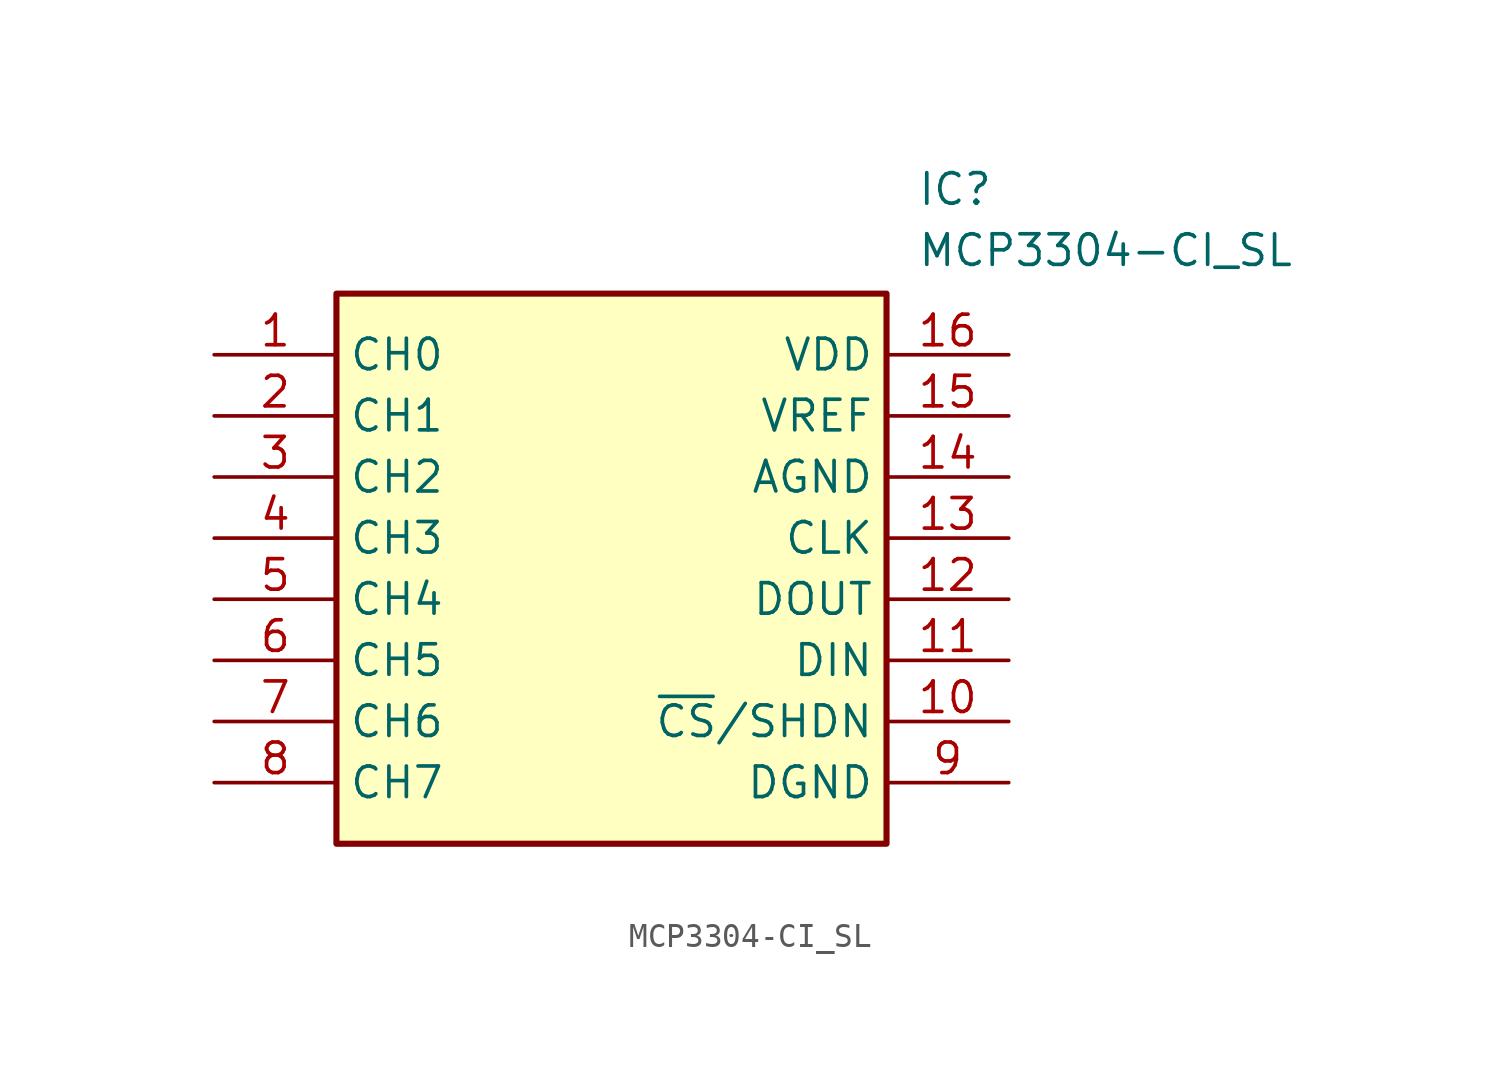
<source format=kicad_sym>
(kicad_symbol_lib
  (version 20211014)
  (generator SamacSys_ECAD_Model)
  (symbol "MCP3304-CI_SL"
    (property "Reference" "IC"
      (at 29.21 7.62 0)
      (effects (font (size 1.27 1.27)) (justify left top)))
    (property "Value" "MCP3304-CI_SL"
      (at 29.21 5.08 0)
      (effects (font (size 1.27 1.27)) (justify left top)))
    (rectangle
      (start 5.08 2.54)
      (end 27.94 -20.32)
      (stroke (width 0.254) (type default))
      (fill (type background)))
    (pin passive line
      (at 0 0 0)
      (length 5.08)
      (name "CH0" (effects (font (size 1.27 1.27))))
      (number "1" (effects (font (size 1.27 1.27)))))
    (pin passive line
      (at 0 -2.54 0)
      (length 5.08)
      (name "CH1" (effects (font (size 1.27 1.27))))
      (number "2" (effects (font (size 1.27 1.27)))))
    (pin passive line
      (at 0 -5.08 0)
      (length 5.08)
      (name "CH2" (effects (font (size 1.27 1.27))))
      (number "3" (effects (font (size 1.27 1.27)))))
    (pin passive line
      (at 0 -7.62 0)
      (length 5.08)
      (name "CH3" (effects (font (size 1.27 1.27))))
      (number "4" (effects (font (size 1.27 1.27)))))
    (pin passive line
      (at 0 -10.16 0)
      (length 5.08)
      (name "CH4" (effects (font (size 1.27 1.27))))
      (number "5" (effects (font (size 1.27 1.27)))))
    (pin passive line
      (at 0 -12.7 0)
      (length 5.08)
      (name "CH5" (effects (font (size 1.27 1.27))))
      (number "6" (effects (font (size 1.27 1.27)))))
    (pin passive line
      (at 0 -15.24 0)
      (length 5.08)
      (name "CH6" (effects (font (size 1.27 1.27))))
      (number "7" (effects (font (size 1.27 1.27)))))
    (pin passive line
      (at 0 -17.78 0)
      (length 5.08)
      (name "CH7" (effects (font (size 1.27 1.27))))
      (number "8" (effects (font (size 1.27 1.27)))))
    (pin passive line
      (at 33.02 0 180)
      (length 5.08)
      (name "VDD" (effects (font (size 1.27 1.27))))
      (number "16" (effects (font (size 1.27 1.27)))))
    (pin passive line
      (at 33.02 -2.54 180)
      (length 5.08)
      (name "VREF" (effects (font (size 1.27 1.27))))
      (number "15" (effects (font (size 1.27 1.27)))))
    (pin passive line
      (at 33.02 -5.08 180)
      (length 5.08)
      (name "AGND" (effects (font (size 1.27 1.27))))
      (number "14" (effects (font (size 1.27 1.27)))))
    (pin passive line
      (at 33.02 -7.62 180)
      (length 5.08)
      (name "CLK" (effects (font (size 1.27 1.27))))
      (number "13" (effects (font (size 1.27 1.27)))))
    (pin passive line
      (at 33.02 -10.16 180)
      (length 5.08)
      (name "DOUT" (effects (font (size 1.27 1.27))))
      (number "12" (effects (font (size 1.27 1.27)))))
    (pin passive line
      (at 33.02 -12.7 180)
      (length 5.08)
      (name "DIN" (effects (font (size 1.27 1.27))))
      (number "11" (effects (font (size 1.27 1.27)))))
    (pin passive line
      (at 33.02 -15.24 180)
      (length 5.08)
      (name "~{CS}/SHDN" (effects (font (size 1.27 1.27))))
      (number "10" (effects (font (size 1.27 1.27)))))
    (pin passive line
      (at 33.02 -17.78 180)
      (length 5.08)
      (name "DGND" (effects (font (size 1.27 1.27))))
      (number "9" (effects (font (size 1.27 1.27)))))))
</source>
